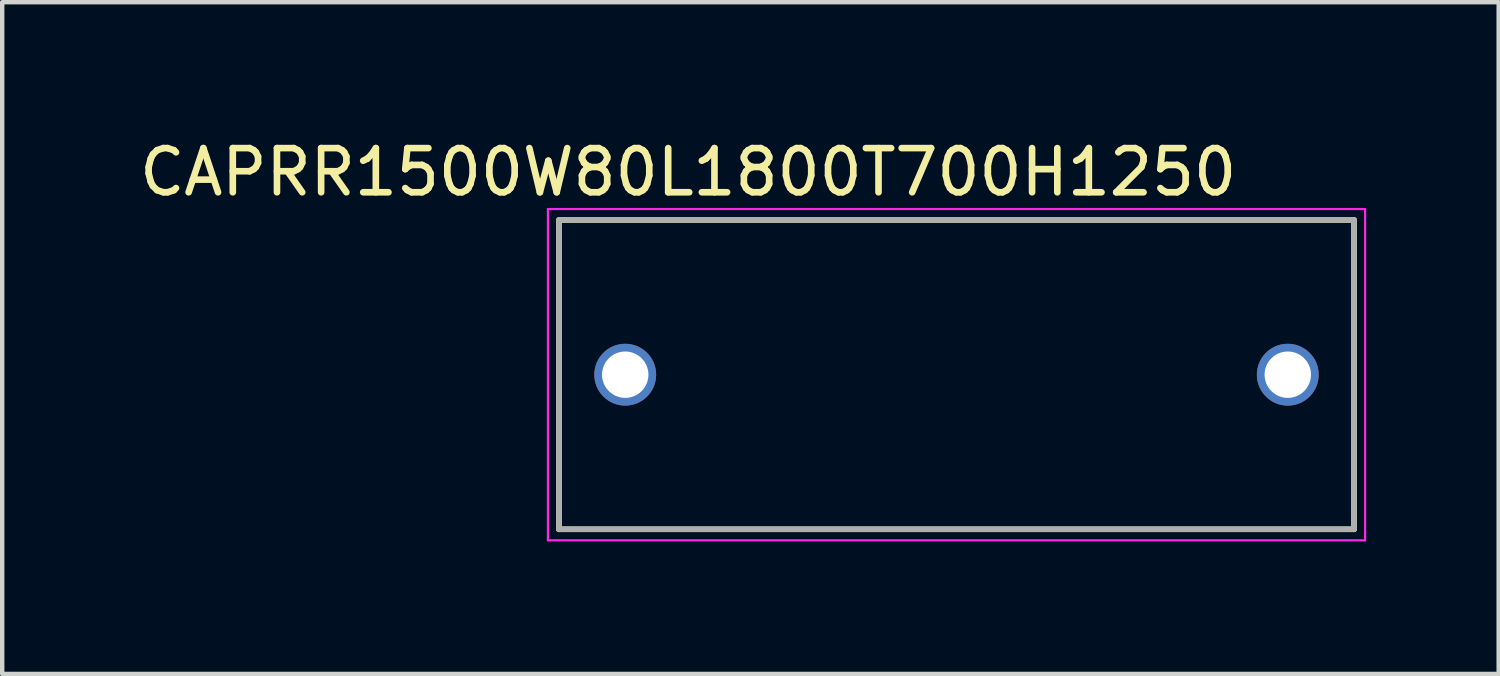
<source format=kicad_pcb>
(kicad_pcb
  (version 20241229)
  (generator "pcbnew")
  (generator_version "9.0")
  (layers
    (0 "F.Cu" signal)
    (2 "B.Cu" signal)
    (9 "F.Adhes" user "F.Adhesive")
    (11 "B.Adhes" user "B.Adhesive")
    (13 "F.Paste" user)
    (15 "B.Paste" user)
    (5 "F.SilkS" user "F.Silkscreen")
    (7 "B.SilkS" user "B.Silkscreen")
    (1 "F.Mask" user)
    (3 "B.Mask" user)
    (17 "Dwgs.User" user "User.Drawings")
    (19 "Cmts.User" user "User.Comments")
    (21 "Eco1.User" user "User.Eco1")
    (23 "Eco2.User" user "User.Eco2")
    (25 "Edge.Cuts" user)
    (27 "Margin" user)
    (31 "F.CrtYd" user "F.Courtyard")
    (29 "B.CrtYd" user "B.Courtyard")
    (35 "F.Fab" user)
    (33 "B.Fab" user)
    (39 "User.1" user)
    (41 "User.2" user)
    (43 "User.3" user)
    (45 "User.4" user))
  (footprint "CAPRR1500W80L1800T700H1250"
    (layer "F.Cu")
    (at 18.605 5.433)
    (property "Reference" "CAPRR1500W80L1800T700H1250" (at -6.075 -4.585 0) (layer "F.SilkS") (effects (font (size 1 1) (thickness 0.15))))
    (attr through_hole)
    (fp_line (start -9 -3.5) (end -9 3.5) (stroke (width 0.127) (type solid)) (layer "F.SilkS"))
    (fp_line (start -9 -3.5) (end 9 -3.5) (stroke (width 0.127) (type solid)) (layer "F.SilkS"))
    (fp_line (start -9 3.5) (end 9 3.5) (stroke (width 0.127) (type solid)) (layer "F.SilkS"))
    (fp_line (start 9 -3.5) (end 9 3.5) (stroke (width 0.127) (type solid)) (layer "F.SilkS"))
    (fp_line (start -9.25 -3.75) (end -9.25 3.75) (stroke (width 0.05) (type solid)) (layer "F.CrtYd"))
    (fp_line (start -9.25 -3.75) (end 9.25 -3.75) (stroke (width 0.05) (type solid)) (layer "F.CrtYd"))
    (fp_line (start 9.25 -3.75) (end 9.25 3.75) (stroke (width 0.05) (type solid)) (layer "F.CrtYd"))
    (fp_line (start 9.25 3.75) (end -9.25 3.75) (stroke (width 0.05) (type solid)) (layer "F.CrtYd"))
    (fp_line (start -9 -3.5) (end -9 3.5) (stroke (width 0.127) (type solid)) (layer "F.Fab"))
    (fp_line (start -9 -3.5) (end 9 -3.5) (stroke (width 0.127) (type solid)) (layer "F.Fab"))
    (fp_line (start 9 -3.5) (end 9 3.5) (stroke (width 0.127) (type solid)) (layer "F.Fab"))
    (fp_line (start 9 3.5) (end -9 3.5) (stroke (width 0.127) (type solid)) (layer "F.Fab"))
    (pad "1" thru_hole circle (at -7.5 0) (size 1.4 1.4) (drill 1.05) (layers "*.Cu" "*.Mask"))
    (pad "2" thru_hole circle (at 7.5 0) (size 1.4 1.4) (drill 1.05) (layers "*.Cu" "*.Mask")))
  (gr_rect
    (start -3 -3)
    (end 30.88 12.208)
    (stroke (width 0.1) (type default))
    (fill no)
    (layer "Edge.Cuts")))
</source>
